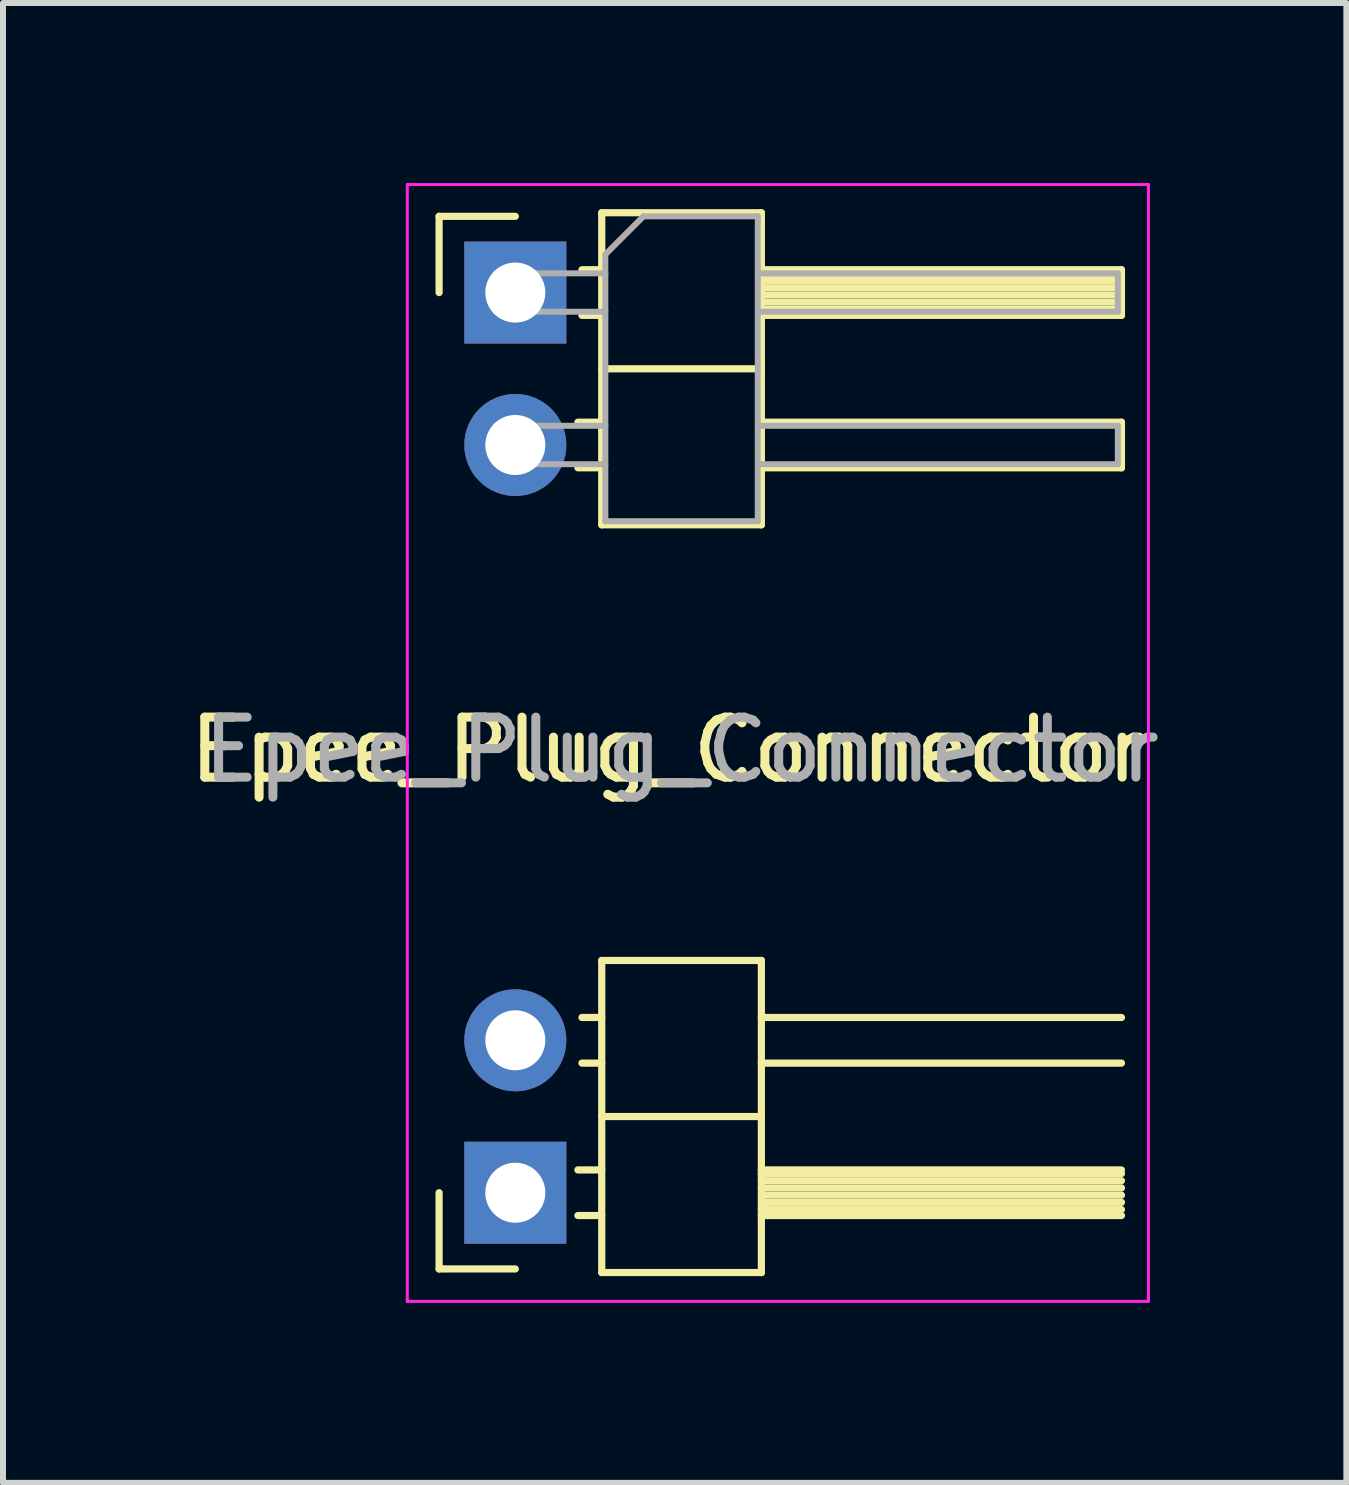
<source format=kicad_pcb>
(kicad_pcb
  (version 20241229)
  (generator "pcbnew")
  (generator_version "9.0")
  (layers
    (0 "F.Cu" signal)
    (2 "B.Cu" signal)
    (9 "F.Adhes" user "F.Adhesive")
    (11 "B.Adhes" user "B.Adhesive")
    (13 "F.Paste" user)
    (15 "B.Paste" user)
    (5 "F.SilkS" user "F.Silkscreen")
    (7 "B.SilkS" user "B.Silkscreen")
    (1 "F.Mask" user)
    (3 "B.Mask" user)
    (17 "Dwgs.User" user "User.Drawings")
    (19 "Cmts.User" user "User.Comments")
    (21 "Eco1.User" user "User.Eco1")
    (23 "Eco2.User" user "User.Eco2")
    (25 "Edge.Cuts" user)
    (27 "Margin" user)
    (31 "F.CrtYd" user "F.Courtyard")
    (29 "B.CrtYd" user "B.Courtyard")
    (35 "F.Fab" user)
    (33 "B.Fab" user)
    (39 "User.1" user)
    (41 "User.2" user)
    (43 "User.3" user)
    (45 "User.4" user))
  (footprint "Epee_Plug_Connector"
    (layer "F.Cu")
    (at 5.537 1.825)
    (property "Reference" "Epee_Plug_Connector" (at 2.54 7.62 0) (layer "F.SilkS") (effects (font (size 1 1) (thickness 0.15))))
    (attr through_hole)
    (fp_line (start -1.27 -1.27) (end 0 -1.27) (stroke (width 0.12) (type solid)) (layer "F.SilkS"))
    (fp_line (start -1.27 0) (end -1.27 -1.27) (stroke (width 0.12) (type solid)) (layer "F.SilkS"))
    (fp_line (start -1.27 16.27) (end -1.27 15) (stroke (width 0.12) (type solid)) (layer "F.SilkS"))
    (fp_line (start 0 16.27) (end -1.27 16.27) (stroke (width 0.12) (type solid)) (layer "F.SilkS"))
    (fp_line (start 1.043 2.16) (end 1.44 2.16) (stroke (width 0.12) (type solid)) (layer "F.SilkS"))
    (fp_line (start 1.043 2.92) (end 1.44 2.92) (stroke (width 0.12) (type solid)) (layer "F.SilkS"))
    (fp_line (start 1.043 14.62) (end 1.44 14.62) (stroke (width 0.12) (type solid)) (layer "F.SilkS"))
    (fp_line (start 1.043 15.38) (end 1.44 15.38) (stroke (width 0.12) (type solid)) (layer "F.SilkS"))
    (fp_line (start 1.11 -0.38) (end 1.44 -0.38) (stroke (width 0.12) (type solid)) (layer "F.SilkS"))
    (fp_line (start 1.11 0.38) (end 1.44 0.38) (stroke (width 0.12) (type solid)) (layer "F.SilkS"))
    (fp_line (start 1.11 12.08) (end 1.44 12.08) (stroke (width 0.12) (type solid)) (layer "F.SilkS"))
    (fp_line (start 1.11 12.84) (end 1.44 12.84) (stroke (width 0.12) (type solid)) (layer "F.SilkS"))
    (fp_line (start 1.44 -1.33) (end 1.44 3.87) (stroke (width 0.12) (type solid)) (layer "F.SilkS"))
    (fp_line (start 1.44 1.27) (end 4.1 1.27) (stroke (width 0.12) (type solid)) (layer "F.SilkS"))
    (fp_line (start 1.44 3.87) (end 4.1 3.87) (stroke (width 0.12) (type solid)) (layer "F.SilkS"))
    (fp_line (start 1.44 11.13) (end 1.44 16.33) (stroke (width 0.12) (type solid)) (layer "F.SilkS"))
    (fp_line (start 1.44 13.73) (end 4.1 13.73) (stroke (width 0.12) (type solid)) (layer "F.SilkS"))
    (fp_line (start 1.44 16.33) (end 4.1 16.33) (stroke (width 0.12) (type solid)) (layer "F.SilkS"))
    (fp_line (start 4.1 -1.33) (end 1.44 -1.33) (stroke (width 0.12) (type solid)) (layer "F.SilkS"))
    (fp_line (start 4.1 -0.38) (end 10.1 -0.38) (stroke (width 0.12) (type solid)) (layer "F.SilkS"))
    (fp_line (start 4.1 -0.32) (end 10.1 -0.32) (stroke (width 0.12) (type solid)) (layer "F.SilkS"))
    (fp_line (start 4.1 -0.2) (end 10.1 -0.2) (stroke (width 0.12) (type solid)) (layer "F.SilkS"))
    (fp_line (start 4.1 -0.08) (end 10.1 -0.08) (stroke (width 0.12) (type solid)) (layer "F.SilkS"))
    (fp_line (start 4.1 0.04) (end 10.1 0.04) (stroke (width 0.12) (type solid)) (layer "F.SilkS"))
    (fp_line (start 4.1 0.16) (end 10.1 0.16) (stroke (width 0.12) (type solid)) (layer "F.SilkS"))
    (fp_line (start 4.1 0.28) (end 10.1 0.28) (stroke (width 0.12) (type solid)) (layer "F.SilkS"))
    (fp_line (start 4.1 2.16) (end 10.1 2.16) (stroke (width 0.12) (type solid)) (layer "F.SilkS"))
    (fp_line (start 4.1 3.87) (end 4.1 -1.33) (stroke (width 0.12) (type solid)) (layer "F.SilkS"))
    (fp_line (start 4.1 11.13) (end 1.44 11.13) (stroke (width 0.12) (type solid)) (layer "F.SilkS"))
    (fp_line (start 4.1 12.08) (end 10.1 12.08) (stroke (width 0.12) (type solid)) (layer "F.SilkS"))
    (fp_line (start 4.1 14.62) (end 10.1 14.62) (stroke (width 0.12) (type solid)) (layer "F.SilkS"))
    (fp_line (start 4.1 14.68) (end 10.1 14.68) (stroke (width 0.12) (type solid)) (layer "F.SilkS"))
    (fp_line (start 4.1 14.8) (end 10.1 14.8) (stroke (width 0.12) (type solid)) (layer "F.SilkS"))
    (fp_line (start 4.1 14.92) (end 10.1 14.92) (stroke (width 0.12) (type solid)) (layer "F.SilkS"))
    (fp_line (start 4.1 15.04) (end 10.1 15.04) (stroke (width 0.12) (type solid)) (layer "F.SilkS"))
    (fp_line (start 4.1 15.16) (end 10.1 15.16) (stroke (width 0.12) (type solid)) (layer "F.SilkS"))
    (fp_line (start 4.1 15.28) (end 10.1 15.28) (stroke (width 0.12) (type solid)) (layer "F.SilkS"))
    (fp_line (start 4.1 16.33) (end 4.1 11.13) (stroke (width 0.12) (type solid)) (layer "F.SilkS"))
    (fp_line (start 10.1 -0.38) (end 10.1 0.38) (stroke (width 0.12) (type solid)) (layer "F.SilkS"))
    (fp_line (start 10.1 0.38) (end 4.1 0.38) (stroke (width 0.12) (type solid)) (layer "F.SilkS"))
    (fp_line (start 10.1 2.16) (end 10.1 2.92) (stroke (width 0.12) (type solid)) (layer "F.SilkS"))
    (fp_line (start 10.1 2.92) (end 4.1 2.92) (stroke (width 0.12) (type solid)) (layer "F.SilkS"))
    (fp_line (start 10.1 12.84) (end 4.1 12.84) (stroke (width 0.12) (type solid)) (layer "F.SilkS"))
    (fp_line (start 10.1 15.38) (end 4.1 15.38) (stroke (width 0.12) (type solid)) (layer "F.SilkS"))
    (fp_line (start -1.8 -1.8) (end -1.8 16.81) (stroke (width 0.05) (type solid)) (layer "F.CrtYd"))
    (fp_line (start -1.8 16.81) (end 10.55 16.81) (stroke (width 0.05) (type solid)) (layer "F.CrtYd"))
    (fp_line (start 10.55 -1.8) (end -1.8 -1.8) (stroke (width 0.05) (type solid)) (layer "F.CrtYd"))
    (fp_line (start 10.55 16.81) (end 10.55 -1.8) (stroke (width 0.05) (type solid)) (layer "F.CrtYd"))
    (fp_line (start -0.32 -0.32) (end -0.32 0.32) (stroke (width 0.1) (type solid)) (layer "F.Fab"))
    (fp_line (start -0.32 -0.32) (end 1.5 -0.32) (stroke (width 0.1) (type solid)) (layer "F.Fab"))
    (fp_line (start -0.32 0.32) (end 1.5 0.32) (stroke (width 0.1) (type solid)) (layer "F.Fab"))
    (fp_line (start -0.32 2.22) (end -0.32 2.86) (stroke (width 0.1) (type solid)) (layer "F.Fab"))
    (fp_line (start -0.32 2.22) (end 1.5 2.22) (stroke (width 0.1) (type solid)) (layer "F.Fab"))
    (fp_line (start -0.32 2.86) (end 1.5 2.86) (stroke (width 0.1) (type solid)) (layer "F.Fab"))
    (fp_line (start 1.5 -0.635) (end 2.135 -1.27) (stroke (width 0.1) (type solid)) (layer "F.Fab"))
    (fp_line (start 1.5 3.81) (end 1.5 -0.635) (stroke (width 0.1) (type solid)) (layer "F.Fab"))
    (fp_line (start 2.135 -1.27) (end 4.04 -1.27) (stroke (width 0.1) (type solid)) (layer "F.Fab"))
    (fp_line (start 4.04 -1.27) (end 4.04 3.81) (stroke (width 0.1) (type solid)) (layer "F.Fab"))
    (fp_line (start 4.04 -0.32) (end 10.04 -0.32) (stroke (width 0.1) (type solid)) (layer "F.Fab"))
    (fp_line (start 4.04 0.32) (end 10.04 0.32) (stroke (width 0.1) (type solid)) (layer "F.Fab"))
    (fp_line (start 4.04 2.22) (end 10.04 2.22) (stroke (width 0.1) (type solid)) (layer "F.Fab"))
    (fp_line (start 4.04 2.86) (end 10.04 2.86) (stroke (width 0.1) (type solid)) (layer "F.Fab"))
    (fp_line (start 4.04 3.81) (end 1.5 3.81) (stroke (width 0.1) (type solid)) (layer "F.Fab"))
    (fp_line (start 10.04 -0.32) (end 10.04 0.32) (stroke (width 0.1) (type solid)) (layer "F.Fab"))
    (fp_line (start 10.04 2.22) (end 10.04 2.86) (stroke (width 0.1) (type solid)) (layer "F.Fab"))
    (fp_text user "${REFERENCE}" (at 2.77 7.62 180) (layer "F.Fab") (effects (font (size 1 1) (thickness 0.15))))
    (pad "1" thru_hole rect (at 0 0) (size 1.7 1.7) (drill 1) (layers "*.Cu" "*.Mask"))
    (pad "1" thru_hole oval (at 0 2.54) (size 1.7 1.7) (drill 1) (layers "*.Cu" "*.Mask"))
    (pad "2" thru_hole oval (at 0 12.46) (size 1.7 1.7) (drill 1) (layers "*.Cu" "*.Mask"))
    (pad "2" thru_hole rect (at 0 15) (size 1.7 1.7) (drill 1) (layers "*.Cu" "*.Mask")))
  (gr_rect
    (start -3 -3)
    (end 19.385 21.66)
    (stroke (width 0.1) (type default))
    (fill no)
    (layer "Edge.Cuts")))
</source>
